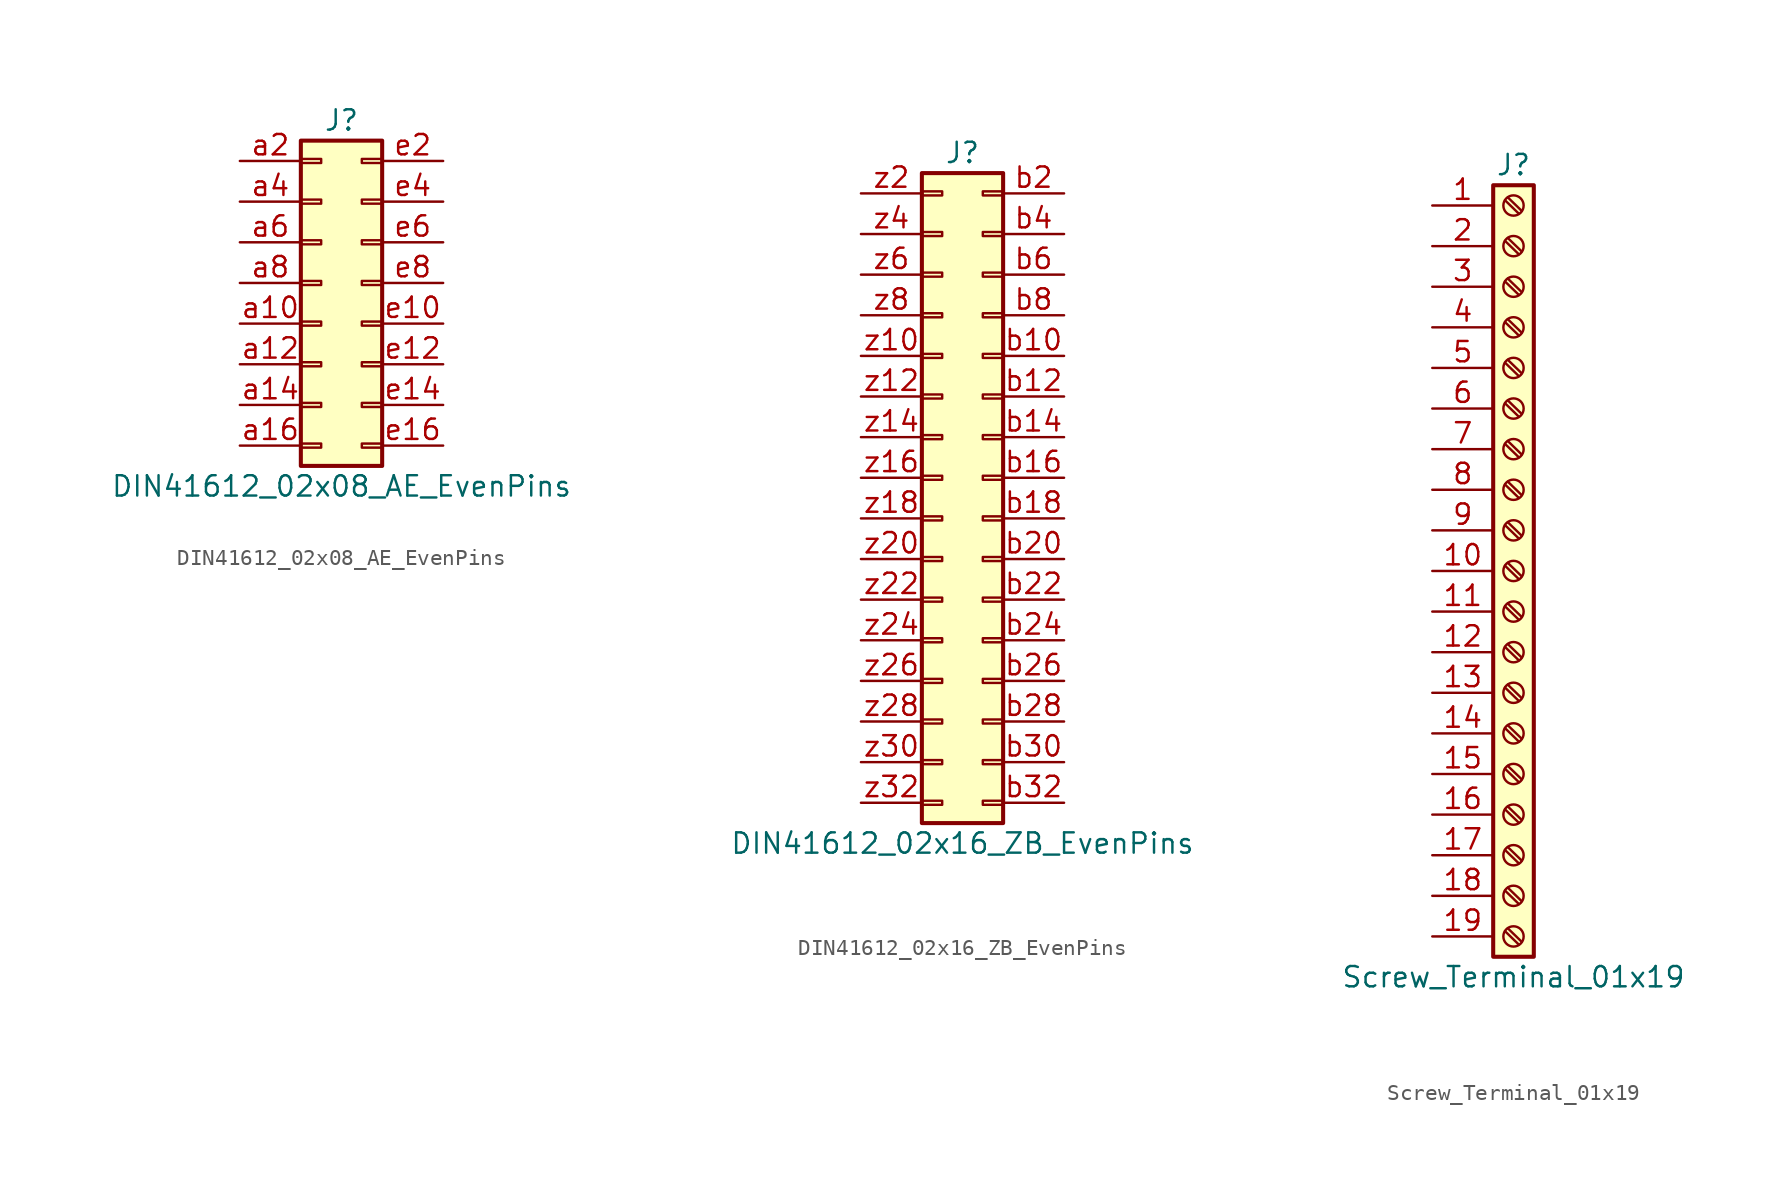
<source format=kicad_sym>
(kicad_symbol_lib
  (version 20220914)
  (generator kicad_symbol_editor)
  (symbol "DIN41612_02x08_AE_EvenPins"
    (pin_names
      (offset 1.016) hide)
    (property "Reference" "J"
      (at 1.27 10.16 0)
      (effects (font (size 1.27 1.27))))
    (property "Value" "DIN41612_02x08_AE_EvenPins"
      (at 1.27 -12.7 0)
      (effects (font (size 1.27 1.27))))
    (symbol "DIN41612_02x08_AE_EvenPins_1_1"
      (rectangle (start -1.27 -10.033) (end 0 -10.287) (stroke (width 0.152) (type default)) (fill (type none)))
      (rectangle (start -1.27 -7.493) (end 0 -7.747) (stroke (width 0.152) (type default)) (fill (type none)))
      (rectangle (start -1.27 -4.953) (end 0 -5.207) (stroke (width 0.152) (type default)) (fill (type none)))
      (rectangle (start -1.27 -2.413) (end 0 -2.667) (stroke (width 0.152) (type default)) (fill (type none)))
      (rectangle (start -1.27 0.127) (end 0 -0.127) (stroke (width 0.152) (type default)) (fill (type none)))
      (rectangle (start -1.27 2.667) (end 0 2.413) (stroke (width 0.152) (type default)) (fill (type none)))
      (rectangle (start -1.27 5.207) (end 0 4.953) (stroke (width 0.152) (type default)) (fill (type none)))
      (rectangle (start -1.27 7.747) (end 0 7.493) (stroke (width 0.152) (type default)) (fill (type none)))
      (rectangle (start -1.27 8.89) (end 3.81 -11.43) (stroke (width 0.254) (type default)) (fill (type background)))
      (rectangle (start 3.81 -10.033) (end 2.54 -10.287) (stroke (width 0.152) (type default)) (fill (type none)))
      (rectangle (start 3.81 -7.493) (end 2.54 -7.747) (stroke (width 0.152) (type default)) (fill (type none)))
      (rectangle (start 3.81 -4.953) (end 2.54 -5.207) (stroke (width 0.152) (type default)) (fill (type none)))
      (rectangle (start 3.81 -2.413) (end 2.54 -2.667) (stroke (width 0.152) (type default)) (fill (type none)))
      (rectangle (start 3.81 0.127) (end 2.54 -0.127) (stroke (width 0.152) (type default)) (fill (type none)))
      (rectangle (start 3.81 2.667) (end 2.54 2.413) (stroke (width 0.152) (type default)) (fill (type none)))
      (rectangle (start 3.81 5.207) (end 2.54 4.953) (stroke (width 0.152) (type default)) (fill (type none)))
      (rectangle (start 3.81 7.747) (end 2.54 7.493) (stroke (width 0.152) (type default)) (fill (type none)))
      (pin passive line (at -5.08 -2.54 0) (length 3.81) (name "Pin_a10" (effects (font (size 1.27 1.27)))) (number "a10" (effects (font (size 1.27 1.27)))))
      (pin passive line (at -5.08 -5.08 0) (length 3.81) (name "Pin_a12" (effects (font (size 1.27 1.27)))) (number "a12" (effects (font (size 1.27 1.27)))))
      (pin passive line (at -5.08 -7.62 0) (length 3.81) (name "Pin_a14" (effects (font (size 1.27 1.27)))) (number "a14" (effects (font (size 1.27 1.27)))))
      (pin passive line (at -5.08 -10.16 0) (length 3.81) (name "Pin_a16" (effects (font (size 1.27 1.27)))) (number "a16" (effects (font (size 1.27 1.27)))))
      (pin passive line (at -5.08 7.62 0) (length 3.81) (name "Pin_a2" (effects (font (size 1.27 1.27)))) (number "a2" (effects (font (size 1.27 1.27)))))
      (pin passive line (at -5.08 5.08 0) (length 3.81) (name "Pin_a4" (effects (font (size 1.27 1.27)))) (number "a4" (effects (font (size 1.27 1.27)))))
      (pin passive line (at -5.08 2.54 0) (length 3.81) (name "Pin_a6" (effects (font (size 1.27 1.27)))) (number "a6" (effects (font (size 1.27 1.27)))))
      (pin passive line (at -5.08 0 0) (length 3.81) (name "Pin_a8" (effects (font (size 1.27 1.27)))) (number "a8" (effects (font (size 1.27 1.27)))))
      (pin passive line (at 7.62 -2.54 180) (length 3.81) (name "Pin_e10" (effects (font (size 1.27 1.27)))) (number "e10" (effects (font (size 1.27 1.27)))))
      (pin passive line (at 7.62 -5.08 180) (length 3.81) (name "Pin_e12" (effects (font (size 1.27 1.27)))) (number "e12" (effects (font (size 1.27 1.27)))))
      (pin passive line (at 7.62 -7.62 180) (length 3.81) (name "Pin_e14" (effects (font (size 1.27 1.27)))) (number "e14" (effects (font (size 1.27 1.27)))))
      (pin passive line (at 7.62 -10.16 180) (length 3.81) (name "Pin_e16" (effects (font (size 1.27 1.27)))) (number "e16" (effects (font (size 1.27 1.27)))))
      (pin passive line (at 7.62 7.62 180) (length 3.81) (name "Pin_e2" (effects (font (size 1.27 1.27)))) (number "e2" (effects (font (size 1.27 1.27)))))
      (pin passive line (at 7.62 5.08 180) (length 3.81) (name "Pin_e4" (effects (font (size 1.27 1.27)))) (number "e4" (effects (font (size 1.27 1.27)))))
      (pin passive line (at 7.62 2.54 180) (length 3.81) (name "Pin_e6" (effects (font (size 1.27 1.27)))) (number "e6" (effects (font (size 1.27 1.27)))))
      (pin passive line (at 7.62 0 180) (length 3.81) (name "Pin_e8" (effects (font (size 1.27 1.27)))) (number "e8" (effects (font (size 1.27 1.27)))))))
  (symbol "DIN41612_02x16_ZB_EvenPins"
    (pin_names
      (offset 1.016) hide)
    (property "Reference" "J"
      (at 1.27 20.32 0)
      (effects (font (size 1.27 1.27))))
    (property "Value" "DIN41612_02x16_ZB_EvenPins"
      (at 1.27 -22.86 0)
      (effects (font (size 1.27 1.27))))
    (symbol "DIN41612_02x16_ZB_EvenPins_1_1"
      (rectangle (start -1.27 -20.193) (end 0 -20.447) (stroke (width 0.152) (type default)) (fill (type none)))
      (rectangle (start -1.27 -17.653) (end 0 -17.907) (stroke (width 0.152) (type default)) (fill (type none)))
      (rectangle (start -1.27 -15.113) (end 0 -15.367) (stroke (width 0.152) (type default)) (fill (type none)))
      (rectangle (start -1.27 -12.573) (end 0 -12.827) (stroke (width 0.152) (type default)) (fill (type none)))
      (rectangle (start -1.27 -10.033) (end 0 -10.287) (stroke (width 0.152) (type default)) (fill (type none)))
      (rectangle (start -1.27 -7.493) (end 0 -7.747) (stroke (width 0.152) (type default)) (fill (type none)))
      (rectangle (start -1.27 -4.953) (end 0 -5.207) (stroke (width 0.152) (type default)) (fill (type none)))
      (rectangle (start -1.27 -2.413) (end 0 -2.667) (stroke (width 0.152) (type default)) (fill (type none)))
      (rectangle (start -1.27 0.127) (end 0 -0.127) (stroke (width 0.152) (type default)) (fill (type none)))
      (rectangle (start -1.27 2.667) (end 0 2.413) (stroke (width 0.152) (type default)) (fill (type none)))
      (rectangle (start -1.27 5.207) (end 0 4.953) (stroke (width 0.152) (type default)) (fill (type none)))
      (rectangle (start -1.27 7.747) (end 0 7.493) (stroke (width 0.152) (type default)) (fill (type none)))
      (rectangle (start -1.27 10.287) (end 0 10.033) (stroke (width 0.152) (type default)) (fill (type none)))
      (rectangle (start -1.27 12.827) (end 0 12.573) (stroke (width 0.152) (type default)) (fill (type none)))
      (rectangle (start -1.27 15.367) (end 0 15.113) (stroke (width 0.152) (type default)) (fill (type none)))
      (rectangle (start -1.27 17.907) (end 0 17.653) (stroke (width 0.152) (type default)) (fill (type none)))
      (rectangle (start -1.27 19.05) (end 3.81 -21.59) (stroke (width 0.254) (type default)) (fill (type background)))
      (rectangle (start 3.81 -20.193) (end 2.54 -20.447) (stroke (width 0.152) (type default)) (fill (type none)))
      (rectangle (start 3.81 -17.653) (end 2.54 -17.907) (stroke (width 0.152) (type default)) (fill (type none)))
      (rectangle (start 3.81 -15.113) (end 2.54 -15.367) (stroke (width 0.152) (type default)) (fill (type none)))
      (rectangle (start 3.81 -12.573) (end 2.54 -12.827) (stroke (width 0.152) (type default)) (fill (type none)))
      (rectangle (start 3.81 -10.033) (end 2.54 -10.287) (stroke (width 0.152) (type default)) (fill (type none)))
      (rectangle (start 3.81 -7.493) (end 2.54 -7.747) (stroke (width 0.152) (type default)) (fill (type none)))
      (rectangle (start 3.81 -4.953) (end 2.54 -5.207) (stroke (width 0.152) (type default)) (fill (type none)))
      (rectangle (start 3.81 -2.413) (end 2.54 -2.667) (stroke (width 0.152) (type default)) (fill (type none)))
      (rectangle (start 3.81 0.127) (end 2.54 -0.127) (stroke (width 0.152) (type default)) (fill (type none)))
      (rectangle (start 3.81 2.667) (end 2.54 2.413) (stroke (width 0.152) (type default)) (fill (type none)))
      (rectangle (start 3.81 5.207) (end 2.54 4.953) (stroke (width 0.152) (type default)) (fill (type none)))
      (rectangle (start 3.81 7.747) (end 2.54 7.493) (stroke (width 0.152) (type default)) (fill (type none)))
      (rectangle (start 3.81 10.287) (end 2.54 10.033) (stroke (width 0.152) (type default)) (fill (type none)))
      (rectangle (start 3.81 12.827) (end 2.54 12.573) (stroke (width 0.152) (type default)) (fill (type none)))
      (rectangle (start 3.81 15.367) (end 2.54 15.113) (stroke (width 0.152) (type default)) (fill (type none)))
      (rectangle (start 3.81 17.907) (end 2.54 17.653) (stroke (width 0.152) (type default)) (fill (type none)))
      (pin passive line (at 7.62 7.62 180) (length 3.81) (name "Pin_b10" (effects (font (size 1.27 1.27)))) (number "b10" (effects (font (size 1.27 1.27)))))
      (pin passive line (at 7.62 5.08 180) (length 3.81) (name "Pin_b12" (effects (font (size 1.27 1.27)))) (number "b12" (effects (font (size 1.27 1.27)))))
      (pin passive line (at 7.62 2.54 180) (length 3.81) (name "Pin_b14" (effects (font (size 1.27 1.27)))) (number "b14" (effects (font (size 1.27 1.27)))))
      (pin passive line (at 7.62 0 180) (length 3.81) (name "Pin_b16" (effects (font (size 1.27 1.27)))) (number "b16" (effects (font (size 1.27 1.27)))))
      (pin passive line (at 7.62 -2.54 180) (length 3.81) (name "Pin_b18" (effects (font (size 1.27 1.27)))) (number "b18" (effects (font (size 1.27 1.27)))))
      (pin passive line (at 7.62 17.78 180) (length 3.81) (name "Pin_b2" (effects (font (size 1.27 1.27)))) (number "b2" (effects (font (size 1.27 1.27)))))
      (pin passive line (at 7.62 -5.08 180) (length 3.81) (name "Pin_b20" (effects (font (size 1.27 1.27)))) (number "b20" (effects (font (size 1.27 1.27)))))
      (pin passive line (at 7.62 -7.62 180) (length 3.81) (name "Pin_b22" (effects (font (size 1.27 1.27)))) (number "b22" (effects (font (size 1.27 1.27)))))
      (pin passive line (at 7.62 -10.16 180) (length 3.81) (name "Pin_b24" (effects (font (size 1.27 1.27)))) (number "b24" (effects (font (size 1.27 1.27)))))
      (pin passive line (at 7.62 -12.7 180) (length 3.81) (name "Pin_b26" (effects (font (size 1.27 1.27)))) (number "b26" (effects (font (size 1.27 1.27)))))
      (pin passive line (at 7.62 -15.24 180) (length 3.81) (name "Pin_b28" (effects (font (size 1.27 1.27)))) (number "b28" (effects (font (size 1.27 1.27)))))
      (pin passive line (at 7.62 -17.78 180) (length 3.81) (name "Pin_b30" (effects (font (size 1.27 1.27)))) (number "b30" (effects (font (size 1.27 1.27)))))
      (pin passive line (at 7.62 -20.32 180) (length 3.81) (name "Pin_b32" (effects (font (size 1.27 1.27)))) (number "b32" (effects (font (size 1.27 1.27)))))
      (pin passive line (at 7.62 15.24 180) (length 3.81) (name "Pin_b4" (effects (font (size 1.27 1.27)))) (number "b4" (effects (font (size 1.27 1.27)))))
      (pin passive line (at 7.62 12.7 180) (length 3.81) (name "Pin_b6" (effects (font (size 1.27 1.27)))) (number "b6" (effects (font (size 1.27 1.27)))))
      (pin passive line (at 7.62 10.16 180) (length 3.81) (name "Pin_b8" (effects (font (size 1.27 1.27)))) (number "b8" (effects (font (size 1.27 1.27)))))
      (pin passive line (at -5.08 7.62 0) (length 3.81) (name "Pin_z10" (effects (font (size 1.27 1.27)))) (number "z10" (effects (font (size 1.27 1.27)))))
      (pin passive line (at -5.08 5.08 0) (length 3.81) (name "Pin_z12" (effects (font (size 1.27 1.27)))) (number "z12" (effects (font (size 1.27 1.27)))))
      (pin passive line (at -5.08 2.54 0) (length 3.81) (name "Pin_z14" (effects (font (size 1.27 1.27)))) (number "z14" (effects (font (size 1.27 1.27)))))
      (pin passive line (at -5.08 0 0) (length 3.81) (name "Pin_z16" (effects (font (size 1.27 1.27)))) (number "z16" (effects (font (size 1.27 1.27)))))
      (pin passive line (at -5.08 -2.54 0) (length 3.81) (name "Pin_z18" (effects (font (size 1.27 1.27)))) (number "z18" (effects (font (size 1.27 1.27)))))
      (pin passive line (at -5.08 17.78 0) (length 3.81) (name "Pin_z2" (effects (font (size 1.27 1.27)))) (number "z2" (effects (font (size 1.27 1.27)))))
      (pin passive line (at -5.08 -5.08 0) (length 3.81) (name "Pin_z20" (effects (font (size 1.27 1.27)))) (number "z20" (effects (font (size 1.27 1.27)))))
      (pin passive line (at -5.08 -7.62 0) (length 3.81) (name "Pin_z22" (effects (font (size 1.27 1.27)))) (number "z22" (effects (font (size 1.27 1.27)))))
      (pin passive line (at -5.08 -10.16 0) (length 3.81) (name "Pin_z24" (effects (font (size 1.27 1.27)))) (number "z24" (effects (font (size 1.27 1.27)))))
      (pin passive line (at -5.08 -12.7 0) (length 3.81) (name "Pin_z26" (effects (font (size 1.27 1.27)))) (number "z26" (effects (font (size 1.27 1.27)))))
      (pin passive line (at -5.08 -15.24 0) (length 3.81) (name "Pin_z28" (effects (font (size 1.27 1.27)))) (number "z28" (effects (font (size 1.27 1.27)))))
      (pin passive line (at -5.08 -17.78 0) (length 3.81) (name "Pin_z30" (effects (font (size 1.27 1.27)))) (number "z30" (effects (font (size 1.27 1.27)))))
      (pin passive line (at -5.08 -20.32 0) (length 3.81) (name "Pin_z32" (effects (font (size 1.27 1.27)))) (number "z32" (effects (font (size 1.27 1.27)))))
      (pin passive line (at -5.08 15.24 0) (length 3.81) (name "Pin_z4" (effects (font (size 1.27 1.27)))) (number "z4" (effects (font (size 1.27 1.27)))))
      (pin passive line (at -5.08 12.7 0) (length 3.81) (name "Pin_z6" (effects (font (size 1.27 1.27)))) (number "z6" (effects (font (size 1.27 1.27)))))
      (pin passive line (at -5.08 10.16 0) (length 3.81) (name "Pin_z8" (effects (font (size 1.27 1.27)))) (number "z8" (effects (font (size 1.27 1.27)))))))
  (symbol "Screw_Terminal_01x19"
    (pin_names
      (offset 1.016) hide)
    (property "Reference" "J"
      (at 0 25.4 0)
      (effects (font (size 1.27 1.27))))
    (property "Value" "Screw_Terminal_01x19"
      (at 0 -25.4 0)
      (effects (font (size 1.27 1.27))))
    (symbol "Screw_Terminal_01x19_1_1"
      (rectangle (start -1.27 24.13) (end 1.27 -24.13) (stroke (width 0.254) (type default)) (fill (type background)))
      (circle (center 0 -22.86) (radius 0.635) (stroke (width 0.152) (type default)) (fill (type none)))
      (circle (center 0 -20.32) (radius 0.635) (stroke (width 0.152) (type default)) (fill (type none)))
      (circle (center 0 -17.78) (radius 0.635) (stroke (width 0.152) (type default)) (fill (type none)))
      (circle (center 0 -15.24) (radius 0.635) (stroke (width 0.152) (type default)) (fill (type none)))
      (circle (center 0 -12.7) (radius 0.635) (stroke (width 0.152) (type default)) (fill (type none)))
      (circle (center 0 -10.16) (radius 0.635) (stroke (width 0.152) (type default)) (fill (type none)))
      (circle (center 0 -7.62) (radius 0.635) (stroke (width 0.152) (type default)) (fill (type none)))
      (circle (center 0 -5.08) (radius 0.635) (stroke (width 0.152) (type default)) (fill (type none)))
      (circle (center 0 -2.54) (radius 0.635) (stroke (width 0.152) (type default)) (fill (type none)))
      (polyline (pts (xy -0.533 -22.53) (xy 0.33 -23.368)) (stroke (width 0.152) (type default)) (fill (type none)))
      (polyline (pts (xy -0.533 -19.99) (xy 0.33 -20.828)) (stroke (width 0.152) (type default)) (fill (type none)))
      (polyline (pts (xy -0.533 -17.45) (xy 0.33 -18.288)) (stroke (width 0.152) (type default)) (fill (type none)))
      (polyline (pts (xy -0.533 -14.91) (xy 0.33 -15.748)) (stroke (width 0.152) (type default)) (fill (type none)))
      (polyline (pts (xy -0.533 -12.37) (xy 0.33 -13.208)) (stroke (width 0.152) (type default)) (fill (type none)))
      (polyline (pts (xy -0.533 -9.83) (xy 0.33 -10.668)) (stroke (width 0.152) (type default)) (fill (type none)))
      (polyline (pts (xy -0.533 -7.29) (xy 0.33 -8.128)) (stroke (width 0.152) (type default)) (fill (type none)))
      (polyline (pts (xy -0.533 -4.75) (xy 0.33 -5.588)) (stroke (width 0.152) (type default)) (fill (type none)))
      (polyline (pts (xy -0.533 -2.21) (xy 0.33 -3.048)) (stroke (width 0.152) (type default)) (fill (type none)))
      (polyline (pts (xy -0.533 0.33) (xy 0.33 -0.508)) (stroke (width 0.152) (type default)) (fill (type none)))
      (polyline (pts (xy -0.533 2.87) (xy 0.33 2.032)) (stroke (width 0.152) (type default)) (fill (type none)))
      (polyline (pts (xy -0.533 5.41) (xy 0.33 4.572)) (stroke (width 0.152) (type default)) (fill (type none)))
      (polyline (pts (xy -0.533 7.95) (xy 0.33 7.112)) (stroke (width 0.152) (type default)) (fill (type none)))
      (polyline (pts (xy -0.533 10.49) (xy 0.33 9.652)) (stroke (width 0.152) (type default)) (fill (type none)))
      (polyline (pts (xy -0.533 13.03) (xy 0.33 12.192)) (stroke (width 0.152) (type default)) (fill (type none)))
      (polyline (pts (xy -0.533 15.57) (xy 0.33 14.732)) (stroke (width 0.152) (type default)) (fill (type none)))
      (polyline (pts (xy -0.533 18.11) (xy 0.33 17.272)) (stroke (width 0.152) (type default)) (fill (type none)))
      (polyline (pts (xy -0.533 20.65) (xy 0.33 19.812)) (stroke (width 0.152) (type default)) (fill (type none)))
      (polyline (pts (xy -0.533 23.19) (xy 0.33 22.352)) (stroke (width 0.152) (type default)) (fill (type none)))
      (polyline (pts (xy -0.356 -22.352) (xy 0.508 -23.19)) (stroke (width 0.152) (type default)) (fill (type none)))
      (polyline (pts (xy -0.356 -19.812) (xy 0.508 -20.65)) (stroke (width 0.152) (type default)) (fill (type none)))
      (polyline (pts (xy -0.356 -17.272) (xy 0.508 -18.11)) (stroke (width 0.152) (type default)) (fill (type none)))
      (polyline (pts (xy -0.356 -14.732) (xy 0.508 -15.57)) (stroke (width 0.152) (type default)) (fill (type none)))
      (polyline (pts (xy -0.356 -12.192) (xy 0.508 -13.03)) (stroke (width 0.152) (type default)) (fill (type none)))
      (polyline (pts (xy -0.356 -9.652) (xy 0.508 -10.49)) (stroke (width 0.152) (type default)) (fill (type none)))
      (polyline (pts (xy -0.356 -7.112) (xy 0.508 -7.95)) (stroke (width 0.152) (type default)) (fill (type none)))
      (polyline (pts (xy -0.356 -4.572) (xy 0.508 -5.41)) (stroke (width 0.152) (type default)) (fill (type none)))
      (polyline (pts (xy -0.356 -2.032) (xy 0.508 -2.87)) (stroke (width 0.152) (type default)) (fill (type none)))
      (polyline (pts (xy -0.356 0.508) (xy 0.508 -0.33)) (stroke (width 0.152) (type default)) (fill (type none)))
      (polyline (pts (xy -0.356 3.048) (xy 0.508 2.21)) (stroke (width 0.152) (type default)) (fill (type none)))
      (polyline (pts (xy -0.356 5.588) (xy 0.508 4.75)) (stroke (width 0.152) (type default)) (fill (type none)))
      (polyline (pts (xy -0.356 8.128) (xy 0.508 7.29)) (stroke (width 0.152) (type default)) (fill (type none)))
      (polyline (pts (xy -0.356 10.668) (xy 0.508 9.83)) (stroke (width 0.152) (type default)) (fill (type none)))
      (polyline (pts (xy -0.356 13.208) (xy 0.508 12.37)) (stroke (width 0.152) (type default)) (fill (type none)))
      (polyline (pts (xy -0.356 15.748) (xy 0.508 14.91)) (stroke (width 0.152) (type default)) (fill (type none)))
      (polyline (pts (xy -0.356 18.288) (xy 0.508 17.45)) (stroke (width 0.152) (type default)) (fill (type none)))
      (polyline (pts (xy -0.356 20.828) (xy 0.508 19.99)) (stroke (width 0.152) (type default)) (fill (type none)))
      (polyline (pts (xy -0.356 23.368) (xy 0.508 22.53)) (stroke (width 0.152) (type default)) (fill (type none)))
      (circle (center 0 0) (radius 0.635) (stroke (width 0.152) (type default)) (fill (type none)))
      (circle (center 0 2.54) (radius 0.635) (stroke (width 0.152) (type default)) (fill (type none)))
      (circle (center 0 5.08) (radius 0.635) (stroke (width 0.152) (type default)) (fill (type none)))
      (circle (center 0 7.62) (radius 0.635) (stroke (width 0.152) (type default)) (fill (type none)))
      (circle (center 0 10.16) (radius 0.635) (stroke (width 0.152) (type default)) (fill (type none)))
      (circle (center 0 12.7) (radius 0.635) (stroke (width 0.152) (type default)) (fill (type none)))
      (circle (center 0 15.24) (radius 0.635) (stroke (width 0.152) (type default)) (fill (type none)))
      (circle (center 0 17.78) (radius 0.635) (stroke (width 0.152) (type default)) (fill (type none)))
      (circle (center 0 20.32) (radius 0.635) (stroke (width 0.152) (type default)) (fill (type none)))
      (circle (center 0 22.86) (radius 0.635) (stroke (width 0.152) (type default)) (fill (type none)))
      (pin passive line (at -5.08 22.86 0) (length 3.81) (name "Pin_1" (effects (font (size 1.27 1.27)))) (number "1" (effects (font (size 1.27 1.27)))))
      (pin passive line (at -5.08 0 0) (length 3.81) (name "Pin_10" (effects (font (size 1.27 1.27)))) (number "10" (effects (font (size 1.27 1.27)))))
      (pin passive line (at -5.08 -2.54 0) (length 3.81) (name "Pin_11" (effects (font (size 1.27 1.27)))) (number "11" (effects (font (size 1.27 1.27)))))
      (pin passive line (at -5.08 -5.08 0) (length 3.81) (name "Pin_12" (effects (font (size 1.27 1.27)))) (number "12" (effects (font (size 1.27 1.27)))))
      (pin passive line (at -5.08 -7.62 0) (length 3.81) (name "Pin_13" (effects (font (size 1.27 1.27)))) (number "13" (effects (font (size 1.27 1.27)))))
      (pin passive line (at -5.08 -10.16 0) (length 3.81) (name "Pin_14" (effects (font (size 1.27 1.27)))) (number "14" (effects (font (size 1.27 1.27)))))
      (pin passive line (at -5.08 -12.7 0) (length 3.81) (name "Pin_15" (effects (font (size 1.27 1.27)))) (number "15" (effects (font (size 1.27 1.27)))))
      (pin passive line (at -5.08 -15.24 0) (length 3.81) (name "Pin_16" (effects (font (size 1.27 1.27)))) (number "16" (effects (font (size 1.27 1.27)))))
      (pin passive line (at -5.08 -17.78 0) (length 3.81) (name "Pin_17" (effects (font (size 1.27 1.27)))) (number "17" (effects (font (size 1.27 1.27)))))
      (pin passive line (at -5.08 -20.32 0) (length 3.81) (name "Pin_18" (effects (font (size 1.27 1.27)))) (number "18" (effects (font (size 1.27 1.27)))))
      (pin passive line (at -5.08 -22.86 0) (length 3.81) (name "Pin_19" (effects (font (size 1.27 1.27)))) (number "19" (effects (font (size 1.27 1.27)))))
      (pin passive line (at -5.08 20.32 0) (length 3.81) (name "Pin_2" (effects (font (size 1.27 1.27)))) (number "2" (effects (font (size 1.27 1.27)))))
      (pin passive line (at -5.08 17.78 0) (length 3.81) (name "Pin_3" (effects (font (size 1.27 1.27)))) (number "3" (effects (font (size 1.27 1.27)))))
      (pin passive line (at -5.08 15.24 0) (length 3.81) (name "Pin_4" (effects (font (size 1.27 1.27)))) (number "4" (effects (font (size 1.27 1.27)))))
      (pin passive line (at -5.08 12.7 0) (length 3.81) (name "Pin_5" (effects (font (size 1.27 1.27)))) (number "5" (effects (font (size 1.27 1.27)))))
      (pin passive line (at -5.08 10.16 0) (length 3.81) (name "Pin_6" (effects (font (size 1.27 1.27)))) (number "6" (effects (font (size 1.27 1.27)))))
      (pin passive line (at -5.08 7.62 0) (length 3.81) (name "Pin_7" (effects (font (size 1.27 1.27)))) (number "7" (effects (font (size 1.27 1.27)))))
      (pin passive line (at -5.08 5.08 0) (length 3.81) (name "Pin_8" (effects (font (size 1.27 1.27)))) (number "8" (effects (font (size 1.27 1.27)))))
      (pin passive line (at -5.08 2.54 0) (length 3.81) (name "Pin_9" (effects (font (size 1.27 1.27)))) (number "9" (effects (font (size 1.27 1.27))))))))
</source>
